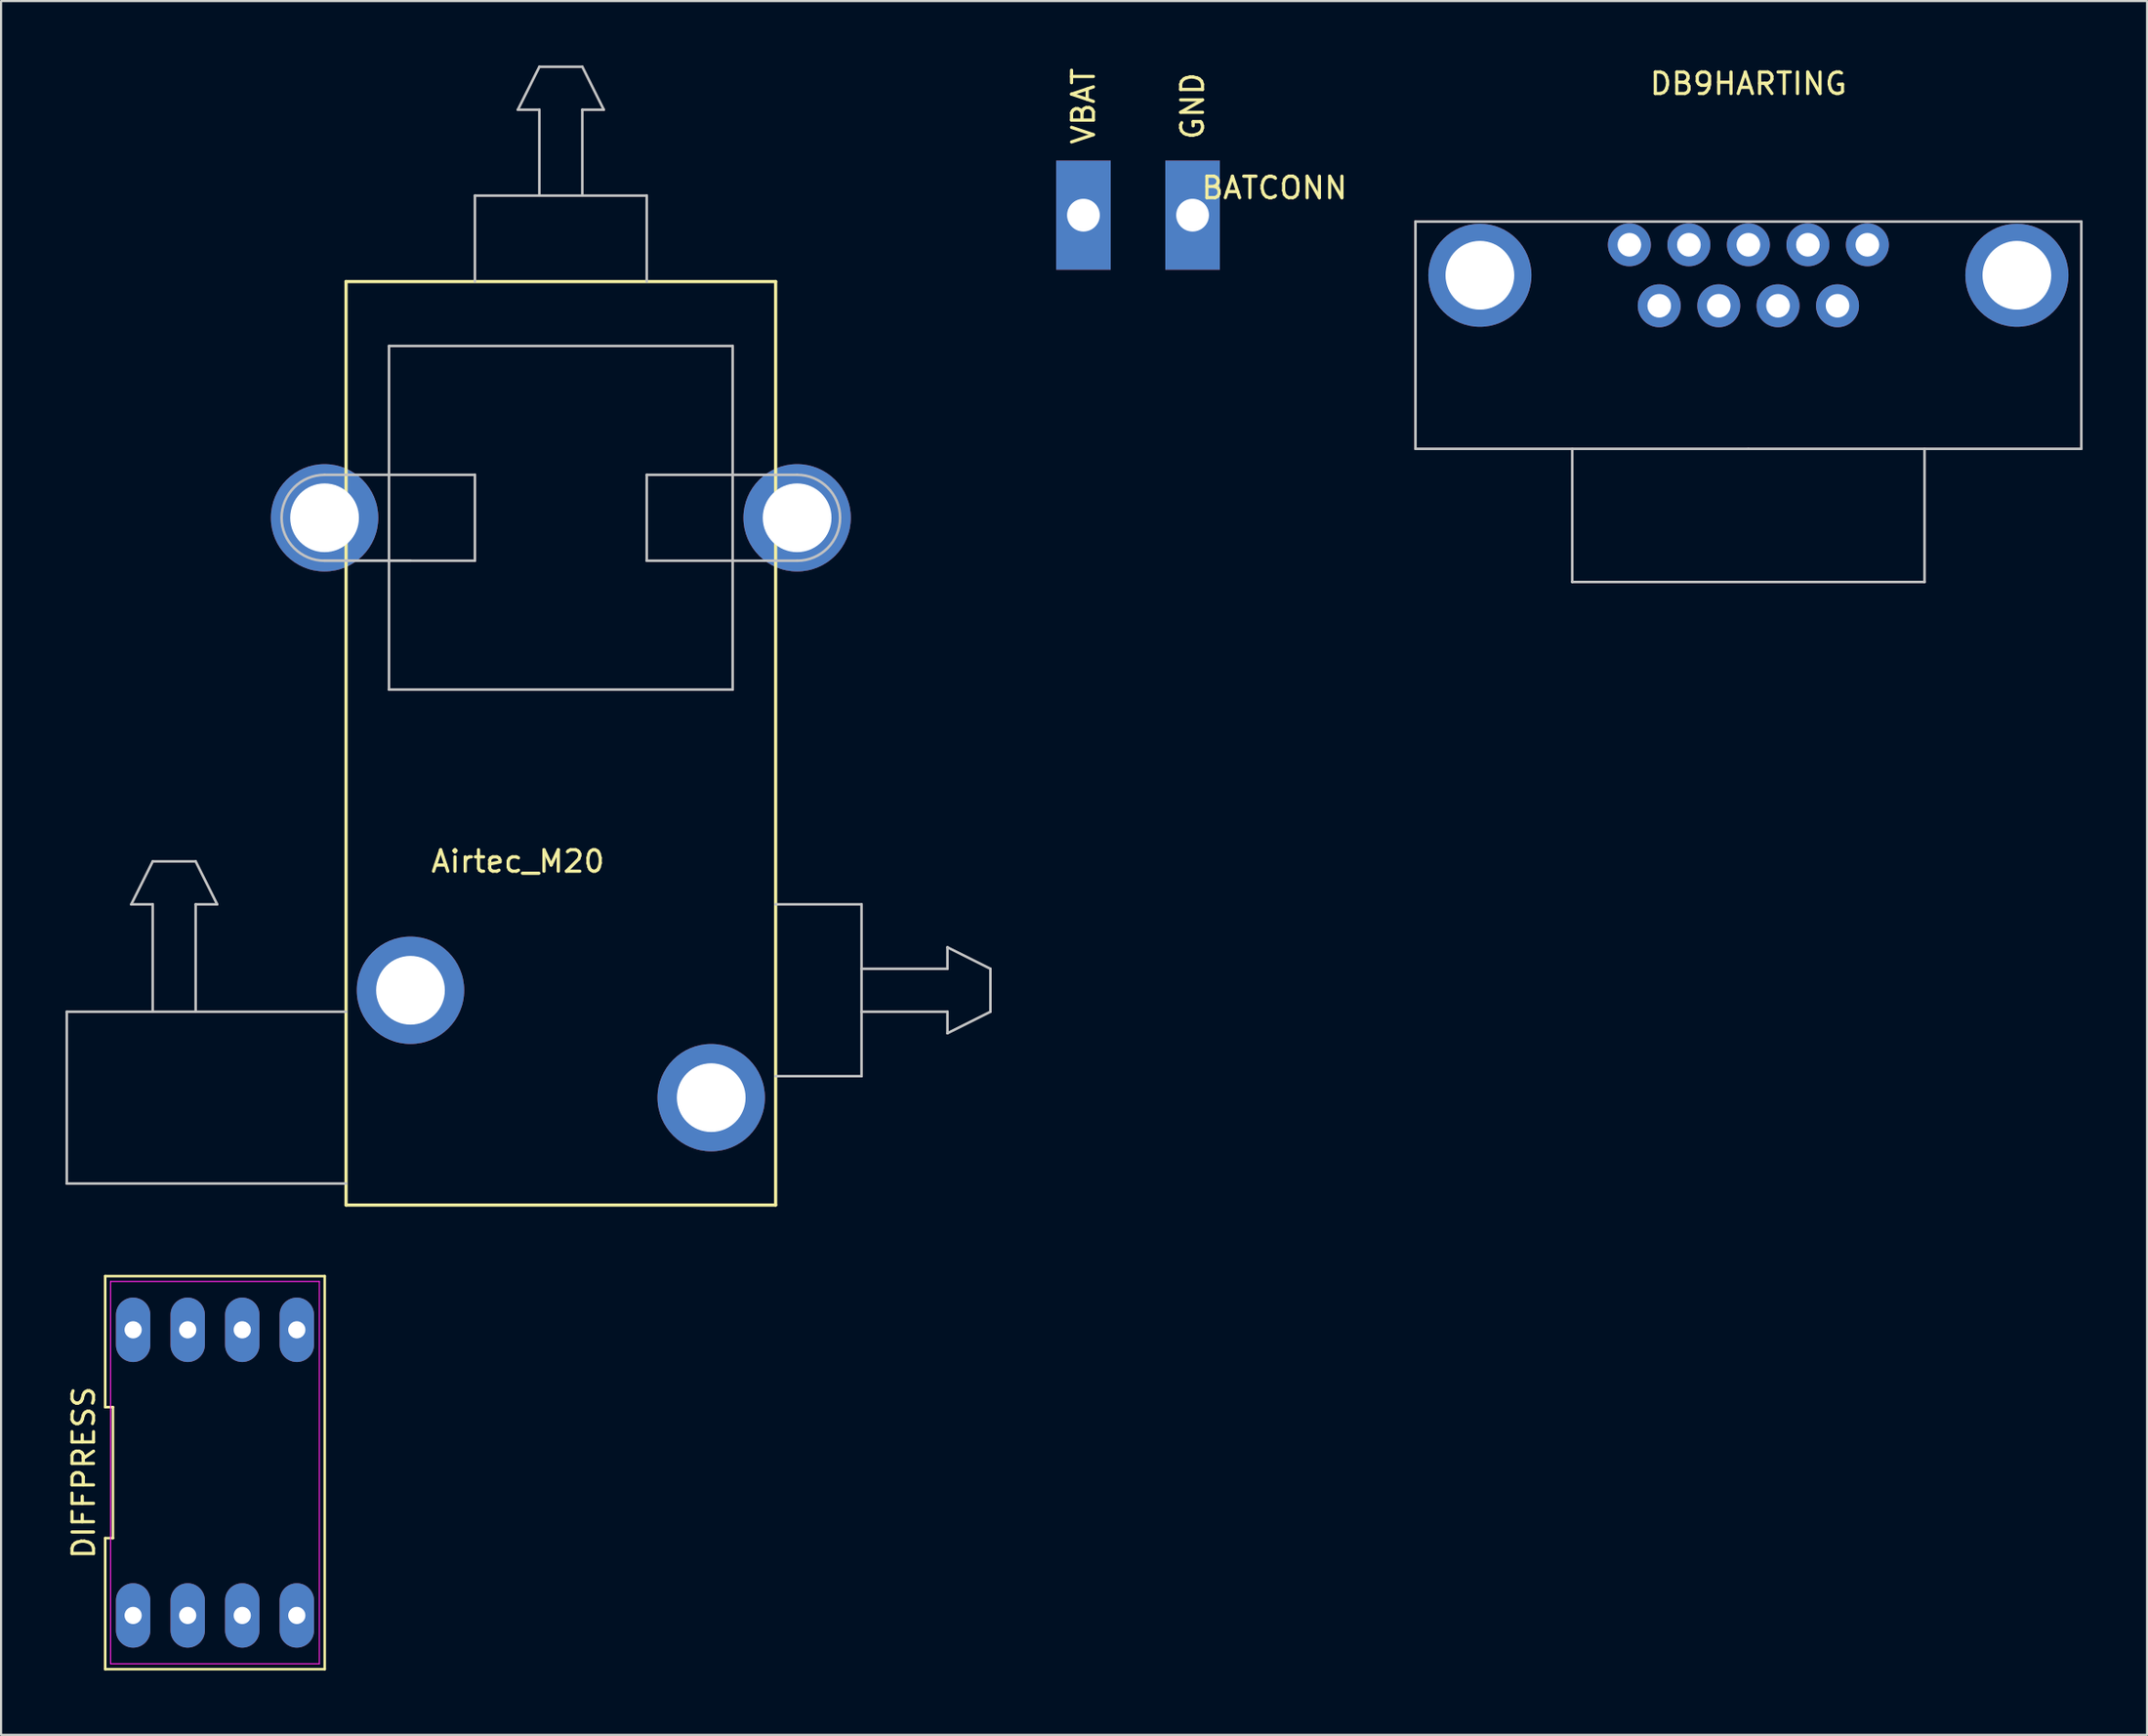
<source format=kicad_pcb>
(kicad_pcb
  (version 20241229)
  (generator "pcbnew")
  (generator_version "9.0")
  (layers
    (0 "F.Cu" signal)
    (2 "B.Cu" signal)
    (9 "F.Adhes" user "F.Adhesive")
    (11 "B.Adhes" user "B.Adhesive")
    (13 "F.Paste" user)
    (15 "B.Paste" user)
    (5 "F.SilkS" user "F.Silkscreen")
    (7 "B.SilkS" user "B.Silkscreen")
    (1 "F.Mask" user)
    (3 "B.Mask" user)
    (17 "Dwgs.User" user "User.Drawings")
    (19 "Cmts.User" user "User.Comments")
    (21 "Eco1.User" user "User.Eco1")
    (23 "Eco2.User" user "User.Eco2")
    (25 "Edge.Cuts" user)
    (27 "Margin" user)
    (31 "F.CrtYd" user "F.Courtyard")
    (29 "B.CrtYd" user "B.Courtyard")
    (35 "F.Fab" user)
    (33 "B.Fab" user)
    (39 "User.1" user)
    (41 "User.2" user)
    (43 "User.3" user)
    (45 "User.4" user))
  (footprint "DIFFPRESS"
    (layer "F.Cu")
    (at 6.958 65.52)
    (property "Reference" "DIFFPRESS" (at -6.11 0 90) (layer "F.SilkS") (effects (font (size 1 1) (thickness 0.15))))
    (attr through_hole)
    (fp_line (start -5.11 -3.05) (end -4.75 -3.05) (stroke (width 0.12) (type solid)) (layer "F.SilkS"))
    (fp_line (start -5.11 3.05) (end -5.11 9.15) (stroke (width 0.12) (type solid)) (layer "F.SilkS"))
    (fp_line (start -5.11 9.15) (end 5.11 9.15) (stroke (width 0.12) (type solid)) (layer "F.SilkS"))
    (fp_line (start -5.11 -9.15) (end -5.11 -3.05) (stroke (width 0.12) (type solid)) (layer "F.SilkS"))
    (fp_line (start -4.75 -3.05) (end -4.75 3.05) (stroke (width 0.12) (type solid)) (layer "F.SilkS"))
    (fp_line (start -4.75 3.05) (end -5.11 3.05) (stroke (width 0.12) (type solid)) (layer "F.SilkS"))
    (fp_line (start 5.11 9.15) (end 5.11 -9.15) (stroke (width 0.12) (type solid)) (layer "F.SilkS"))
    (fp_line (start 5.11 -9.15) (end -5.11 -9.15) (stroke (width 0.12) (type solid)) (layer "F.SilkS"))
    (fp_line (start -4.86 -8.9) (end 4.86 -8.9) (stroke (width 0.05) (type solid)) (layer "F.CrtYd"))
    (fp_line (start -4.86 8.9) (end -4.86 -8.9) (stroke (width 0.05) (type solid)) (layer "F.CrtYd"))
    (fp_line (start 4.86 -8.9) (end 4.86 8.9) (stroke (width 0.05) (type solid)) (layer "F.CrtYd"))
    (fp_line (start 4.86 8.9) (end -4.86 8.9) (stroke (width 0.05) (type solid)) (layer "F.CrtYd"))
    (pad "1" thru_hole oval (at -3.81 6.65) (size 1.6 3) (drill 0.8) (layers "*.Cu" "*.Mask"))
    (pad "2" thru_hole oval (at -1.27 6.65) (size 1.6 3) (drill 0.8) (layers "*.Cu" "*.Mask"))
    (pad "3" thru_hole oval (at 1.27 6.65) (size 1.6 3) (drill 0.8) (layers "*.Cu" "*.Mask"))
    (pad "4" thru_hole oval (at 3.81 6.65) (size 1.6 3) (drill 0.8) (layers "*.Cu" "*.Mask"))
    (pad "5" thru_hole oval (at 3.81 -6.65) (size 1.6 3) (drill 0.8) (layers "*.Cu" "*.Mask"))
    (pad "6" thru_hole oval (at 1.27 -6.65) (size 1.6 3) (drill 0.8) (layers "*.Cu" "*.Mask"))
    (pad "7" thru_hole oval (at -1.27 -6.65) (size 1.6 3) (drill 0.8) (layers "*.Cu" "*.Mask"))
    (pad "8" thru_hole oval (at -3.81 -6.65) (size 1.6 3) (drill 0.8) (layers "*.Cu" "*.Mask")))
  (footprint "Airtec_M20"
    (layer "F.Cu")
    (at 13.06 53.06)
    (property "Reference" "Airtec_M20" (at 8 -16 0) (layer "F.SilkS") (effects (font (size 1 1) (thickness 0.15))))
    (attr through_hole)
    (fp_line (start 0 -43) (end 20 -43) (stroke (width 0.15) (type solid)) (layer "F.SilkS"))
    (fp_line (start 0 0) (end 0 -43) (stroke (width 0.15) (type solid)) (layer "F.SilkS"))
    (fp_line (start 20 -43) (end 20 0) (stroke (width 0.15) (type solid)) (layer "F.SilkS"))
    (fp_line (start 20 0) (end 0 0) (stroke (width 0.15) (type solid)) (layer "F.SilkS"))
    (fp_line (start -13 -9) (end 0 -9) (stroke (width 0.12) (type solid)) (layer "Dwgs.User"))
    (fp_line (start -13 -1) (end -13 -9) (stroke (width 0.12) (type solid)) (layer "Dwgs.User"))
    (fp_line (start -10 -14) (end -9 -16) (stroke (width 0.12) (type solid)) (layer "Dwgs.User"))
    (fp_line (start -9 -16) (end -7 -16) (stroke (width 0.12) (type solid)) (layer "Dwgs.User"))
    (fp_line (start -9 -14) (end -10 -14) (stroke (width 0.12) (type solid)) (layer "Dwgs.User"))
    (fp_line (start -9 -9) (end -9 -14) (stroke (width 0.12) (type solid)) (layer "Dwgs.User"))
    (fp_line (start -7 -16) (end -6 -14) (stroke (width 0.12) (type solid)) (layer "Dwgs.User"))
    (fp_line (start -7 -14) (end -7 -9) (stroke (width 0.12) (type solid)) (layer "Dwgs.User"))
    (fp_line (start -6 -14) (end -7 -14) (stroke (width 0.12) (type solid)) (layer "Dwgs.User"))
    (fp_line (start -1 -34) (end 6 -34) (stroke (width 0.12) (type solid)) (layer "Dwgs.User"))
    (fp_line (start -1 -30) (end 3 -30) (stroke (width 0.12) (type solid)) (layer "Dwgs.User"))
    (fp_line (start 0 -1) (end -13 -1) (stroke (width 0.12) (type solid)) (layer "Dwgs.User"))
    (fp_line (start 2 -40) (end 2 -24) (stroke (width 0.12) (type solid)) (layer "Dwgs.User"))
    (fp_line (start 2 -40) (end 18 -40) (stroke (width 0.12) (type solid)) (layer "Dwgs.User"))
    (fp_line (start 2 -24) (end 18 -24) (stroke (width 0.12) (type solid)) (layer "Dwgs.User"))
    (fp_line (start 6 -47) (end 14 -47) (stroke (width 0.12) (type solid)) (layer "Dwgs.User"))
    (fp_line (start 6 -43) (end 6 -47) (stroke (width 0.12) (type solid)) (layer "Dwgs.User"))
    (fp_line (start 6 -34) (end 6 -30) (stroke (width 0.12) (type solid)) (layer "Dwgs.User"))
    (fp_line (start 6 -30) (end -1 -30) (stroke (width 0.12) (type solid)) (layer "Dwgs.User"))
    (fp_line (start 8 -51) (end 9 -53) (stroke (width 0.12) (type solid)) (layer "Dwgs.User"))
    (fp_line (start 9 -53) (end 11 -53) (stroke (width 0.12) (type solid)) (layer "Dwgs.User"))
    (fp_line (start 9 -51) (end 8 -51) (stroke (width 0.12) (type solid)) (layer "Dwgs.User"))
    (fp_line (start 9 -47) (end 9 -51) (stroke (width 0.12) (type solid)) (layer "Dwgs.User"))
    (fp_line (start 11 -53) (end 12 -51) (stroke (width 0.12) (type solid)) (layer "Dwgs.User"))
    (fp_line (start 11 -51) (end 11 -47) (stroke (width 0.12) (type solid)) (layer "Dwgs.User"))
    (fp_line (start 12 -51) (end 11 -51) (stroke (width 0.12) (type solid)) (layer "Dwgs.User"))
    (fp_line (start 14 -47) (end 14 -43) (stroke (width 0.12) (type solid)) (layer "Dwgs.User"))
    (fp_line (start 14 -34) (end 14 -30) (stroke (width 0.12) (type solid)) (layer "Dwgs.User"))
    (fp_line (start 14 -34) (end 21 -34) (stroke (width 0.12) (type solid)) (layer "Dwgs.User"))
    (fp_line (start 14 -30) (end 21 -30) (stroke (width 0.12) (type solid)) (layer "Dwgs.User"))
    (fp_line (start 18 -24) (end 18 -40) (stroke (width 0.12) (type solid)) (layer "Dwgs.User"))
    (fp_line (start 20 -6) (end 24 -6) (stroke (width 0.12) (type solid)) (layer "Dwgs.User"))
    (fp_line (start 24 -14) (end 20 -14) (stroke (width 0.12) (type solid)) (layer "Dwgs.User"))
    (fp_line (start 24 -14) (end 24 -6) (stroke (width 0.12) (type solid)) (layer "Dwgs.User"))
    (fp_line (start 24 -9) (end 28 -9) (stroke (width 0.12) (type solid)) (layer "Dwgs.User"))
    (fp_line (start 28 -12) (end 28 -11) (stroke (width 0.12) (type solid)) (layer "Dwgs.User"))
    (fp_line (start 28 -11) (end 24 -11) (stroke (width 0.12) (type solid)) (layer "Dwgs.User"))
    (fp_line (start 28 -9) (end 28 -8) (stroke (width 0.12) (type solid)) (layer "Dwgs.User"))
    (fp_line (start 28 -8) (end 30 -9) (stroke (width 0.12) (type solid)) (layer "Dwgs.User"))
    (fp_line (start 30 -11) (end 28 -12) (stroke (width 0.12) (type solid)) (layer "Dwgs.User"))
    (fp_line (start 30 -9) (end 30 -11) (stroke (width 0.12) (type solid)) (layer "Dwgs.User"))
    (fp_arc (start -1 -30) (mid -3 -32) (end -1 -34) (stroke (width 0.12) (type solid)) (layer "Dwgs.User"))
    (fp_arc (start 21 -34) (mid 23 -32) (end 21 -30) (stroke (width 0.12) (type solid)) (layer "Dwgs.User"))
    (pad "" thru_hole circle (at 3 -10) (size 5 5) (drill 3.2) (layers "*.Cu" "*.Mask"))
    (pad "" thru_hole circle (at 17 -5) (size 5 5) (drill 3.2) (layers "*.Cu" "*.Mask"))
    (pad "1" thru_hole circle (at -1 -32) (size 5 5) (drill 3.2) (layers "*.Cu" "*.Mask"))
    (pad "2" thru_hole circle (at 21 -32) (size 5 5) (drill 3.2) (layers "*.Cu" "*.Mask")))
  (footprint "BATCONN"
    (layer "F.Cu")
    (at 49.93 6.969)
    (property "Reference" "BATCONN" (at 6.35 -1.27 0) (layer "F.SilkS") (effects (font (size 1 1) (thickness 0.15))))
    (attr through_hole)
    (fp_text user "VBAT" (at -2.54 -5.08 90) (layer "F.SilkS") (effects (font (size 1.016 1.016) (thickness 0.15))))
    (fp_text user "GND" (at 2.54 -5.08 90) (layer "F.SilkS") (effects (font (size 1.016 1.016) (thickness 0.15))))
    (pad "1" thru_hole rect (at -2.54 0) (size 2.54 5.08) (drill 1.524) (layers "*.Cu" "*.Mask"))
    (pad "2" thru_hole rect (at 2.54 0) (size 2.54 5.08) (drill 1.524) (layers "*.Cu" "*.Mask")))
  (footprint "DB9HARTING"
    (layer "F.Cu")
    (at 78.346 8.348)
    (property "Reference" "DB9HARTING" (at 0 -7.5 0) (layer "F.SilkS") (effects (font (size 1 1) (thickness 0.15))))
    (attr through_hole)
    (fp_line (start -15.5 -1.08) (end -15.5 9.5) (stroke (width 0.12) (type solid)) (layer "Dwgs.User"))
    (fp_line (start -8.2 9.5) (end -8.2 15.7) (stroke (width 0.12) (type solid)) (layer "Dwgs.User"))
    (fp_line (start 0 9.5) (end -15.5 9.5) (stroke (width 0.12) (type solid)) (layer "Dwgs.User"))
    (fp_line (start 0 9.5) (end 15.5 9.5) (stroke (width 0.12) (type solid)) (layer "Dwgs.User"))
    (fp_line (start 8.2 9.5) (end 8.2 15.7) (stroke (width 0.12) (type solid)) (layer "Dwgs.User"))
    (fp_line (start 8.2 15.7) (end -8.2 15.7) (stroke (width 0.12) (type solid)) (layer "Dwgs.User"))
    (fp_line (start 15.5 -1.08) (end -15.5 -1.08) (stroke (width 0.12) (type solid)) (layer "Dwgs.User"))
    (fp_line (start 15.5 -1.08) (end 15.5 9.5) (stroke (width 0.12) (type solid)) (layer "Dwgs.User"))
    (pad "0" thru_hole circle (at -12.5 1.42) (size 4.8 4.8) (drill 3.2) (layers "*.Cu" "*.Mask"))
    (pad "0" thru_hole circle (at 12.5 1.42) (size 4.8 4.8) (drill 3.2) (layers "*.Cu" "*.Mask"))
    (pad "1" thru_hole circle (at 5.54 0) (size 2 2) (drill 1.1) (layers "*.Cu" "*.Mask"))
    (pad "2" thru_hole circle (at 2.77 0) (size 2 2) (drill 1.1) (layers "*.Cu" "*.Mask"))
    (pad "3" thru_hole circle (at 0 0) (size 2 2) (drill 1.1) (layers "*.Cu" "*.Mask"))
    (pad "4" thru_hole circle (at -2.77 0) (size 2 2) (drill 1.1) (layers "*.Cu" "*.Mask"))
    (pad "5" thru_hole circle (at -5.54 0) (size 2 2) (drill 1.1) (layers "*.Cu" "*.Mask"))
    (pad "6" thru_hole circle (at 4.15 2.84) (size 2 2) (drill 1.1) (layers "*.Cu" "*.Mask"))
    (pad "7" thru_hole circle (at 1.38 2.84) (size 2 2) (drill 1.1) (layers "*.Cu" "*.Mask"))
    (pad "8" thru_hole circle (at -1.38 2.84) (size 2 2) (drill 1.1) (layers "*.Cu" "*.Mask"))
    (pad "9" thru_hole circle (at -4.15 2.84) (size 2 2) (drill 1.1) (layers "*.Cu" "*.Mask")))
  (gr_rect
    (start -3 -3)
    (end 96.906 77.73)
    (stroke (width 0.1) (type default))
    (fill no)
    (layer "Edge.Cuts")))
</source>
